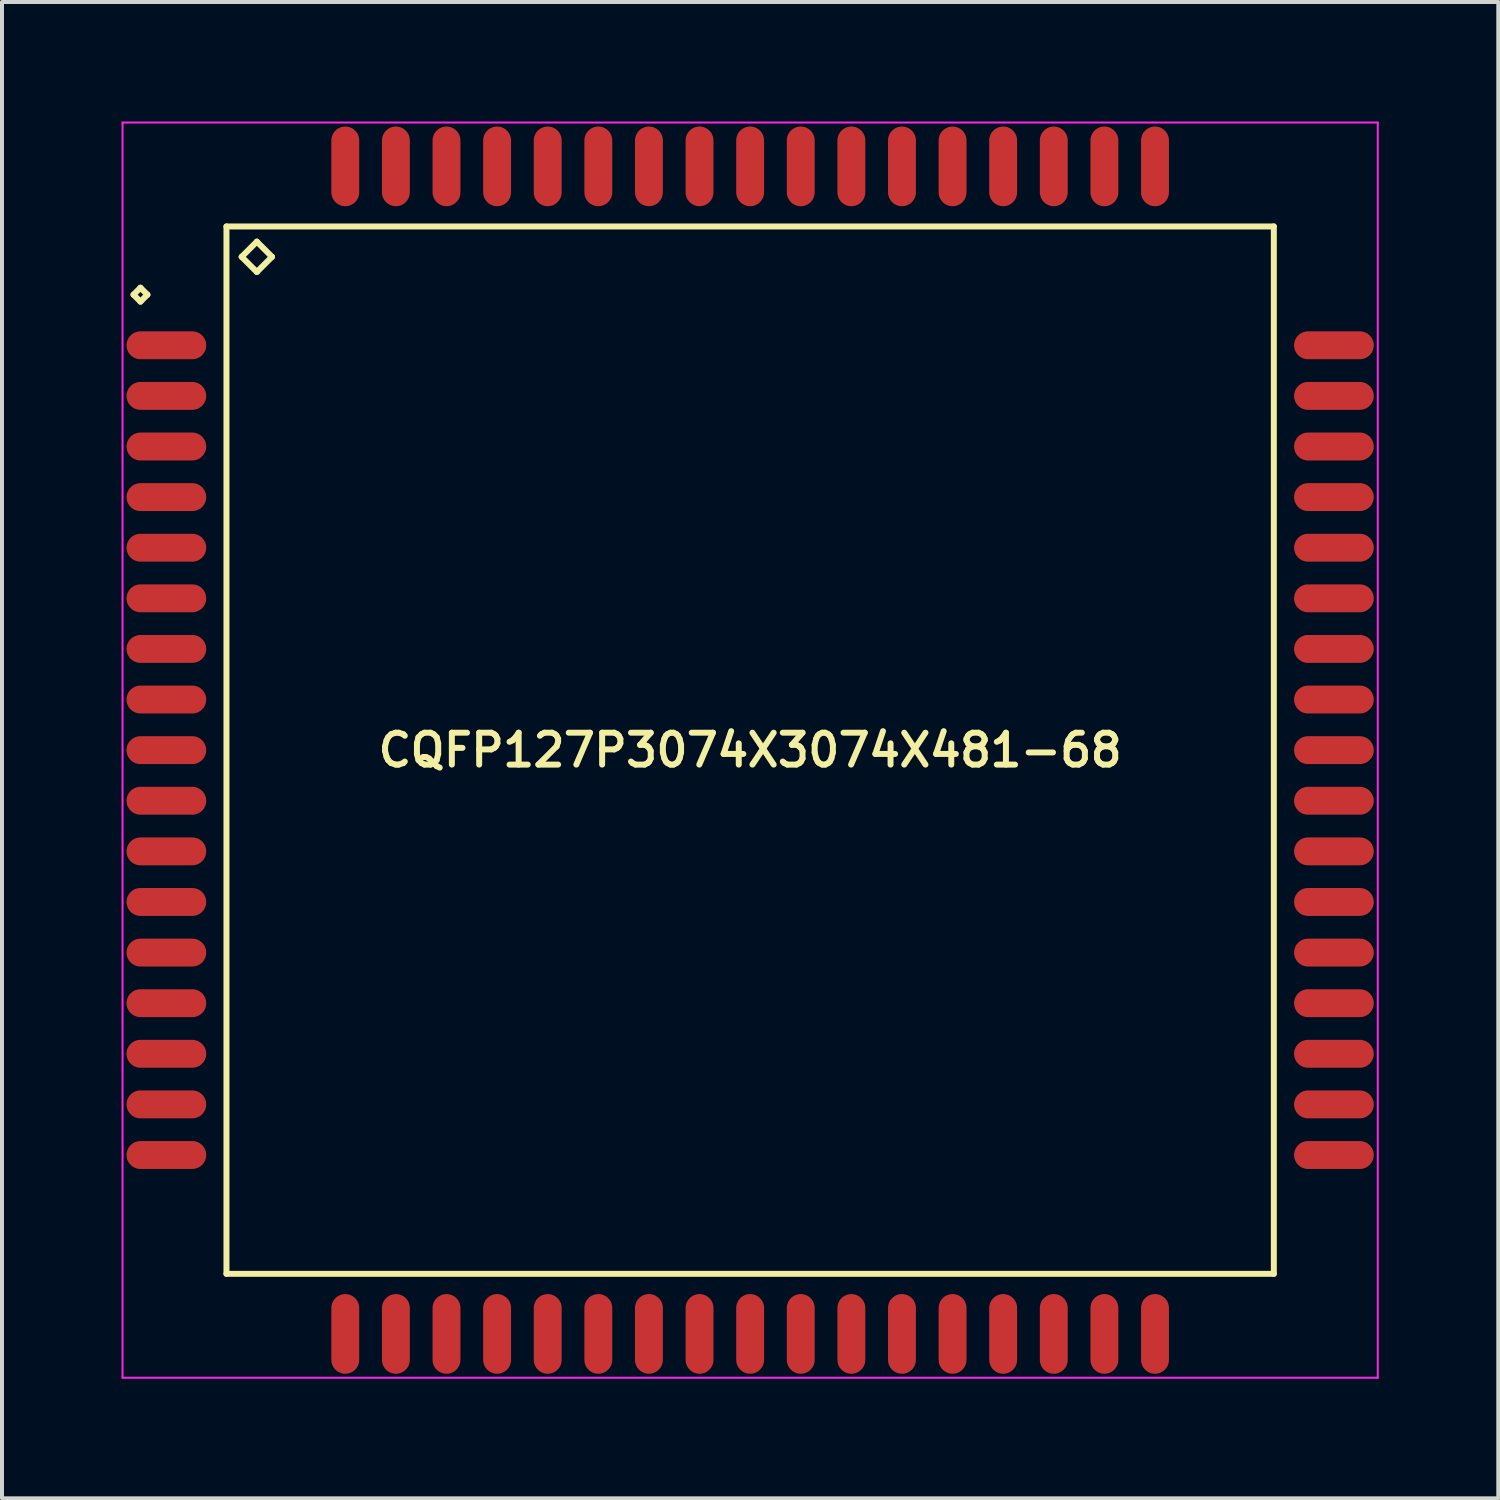
<source format=kicad_pcb>
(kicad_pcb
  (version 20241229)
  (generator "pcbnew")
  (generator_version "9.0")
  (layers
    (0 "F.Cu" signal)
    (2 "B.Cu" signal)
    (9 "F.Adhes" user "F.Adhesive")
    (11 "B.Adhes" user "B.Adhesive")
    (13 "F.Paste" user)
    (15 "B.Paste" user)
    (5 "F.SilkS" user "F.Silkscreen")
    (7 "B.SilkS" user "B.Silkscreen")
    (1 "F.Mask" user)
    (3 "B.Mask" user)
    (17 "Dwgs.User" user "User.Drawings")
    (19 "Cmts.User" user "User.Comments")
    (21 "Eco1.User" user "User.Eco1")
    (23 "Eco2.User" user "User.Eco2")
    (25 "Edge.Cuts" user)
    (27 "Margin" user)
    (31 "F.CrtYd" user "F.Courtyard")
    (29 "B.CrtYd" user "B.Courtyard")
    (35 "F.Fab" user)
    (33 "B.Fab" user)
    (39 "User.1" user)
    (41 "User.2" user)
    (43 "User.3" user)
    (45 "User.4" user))
  (footprint "CQFP127P3074X3074X481-68"
    (layer "F.Cu")
    (at 15.775 15.775)
    (property "Reference" "CQFP127P3074X3074X481-68" (at 0 0 0) (layer "F.SilkS") (effects (font (size 0.8 0.8) (thickness 0.15))))
    (attr smd)
    (fp_line (start -15.475 -11.43) (end -15.3 -11.605) (stroke (width 0.15) (type solid)) (layer "F.SilkS"))
    (fp_line (start -15.3 -11.605) (end -15.125 -11.43) (stroke (width 0.15) (type solid)) (layer "F.SilkS"))
    (fp_line (start -15.3 -11.255) (end -15.475 -11.43) (stroke (width 0.15) (type solid)) (layer "F.SilkS"))
    (fp_line (start -15.125 -11.43) (end -15.3 -11.255) (stroke (width 0.15) (type solid)) (layer "F.SilkS"))
    (fp_line (start -13.142 -13.142) (end -13.142 13.142) (stroke (width 0.15) (type solid)) (layer "F.SilkS"))
    (fp_line (start -13.142 13.142) (end 13.142 13.142) (stroke (width 0.15) (type solid)) (layer "F.SilkS"))
    (fp_line (start -12.761 -12.38) (end -12.38 -12.761) (stroke (width 0.15) (type solid)) (layer "F.SilkS"))
    (fp_line (start -12.38 -12.761) (end -11.999 -12.38) (stroke (width 0.15) (type solid)) (layer "F.SilkS"))
    (fp_line (start -12.38 -11.999) (end -12.761 -12.38) (stroke (width 0.15) (type solid)) (layer "F.SilkS"))
    (fp_line (start -11.999 -12.38) (end -12.38 -11.999) (stroke (width 0.15) (type solid)) (layer "F.SilkS"))
    (fp_line (start 13.142 -13.142) (end -13.142 -13.142) (stroke (width 0.15) (type solid)) (layer "F.SilkS"))
    (fp_line (start 13.142 13.142) (end 13.142 -13.142) (stroke (width 0.15) (type solid)) (layer "F.SilkS"))
    (fp_line (start -15.75 -15.75) (end 15.75 -15.75) (stroke (width 0.05) (type solid)) (layer "F.CrtYd"))
    (fp_line (start -15.75 15.75) (end -15.75 -15.75) (stroke (width 0.05) (type solid)) (layer "F.CrtYd"))
    (fp_line (start 15.75 -15.75) (end 15.75 15.75) (stroke (width 0.05) (type solid)) (layer "F.CrtYd"))
    (fp_line (start 15.75 15.75) (end -15.75 15.75) (stroke (width 0.05) (type solid)) (layer "F.CrtYd"))
    (pad "1" smd oval (at -14.65 -10.16) (size 2 0.7) (layers "F.Cu" "F.Mask" "F.Paste"))
    (pad "2" smd oval (at -14.65 -8.89) (size 2 0.7) (layers "F.Cu" "F.Mask" "F.Paste"))
    (pad "3" smd oval (at -14.65 -7.62) (size 2 0.7) (layers "F.Cu" "F.Mask" "F.Paste"))
    (pad "4" smd oval (at -14.65 -6.35) (size 2 0.7) (layers "F.Cu" "F.Mask" "F.Paste"))
    (pad "5" smd oval (at -14.65 -5.08) (size 2 0.7) (layers "F.Cu" "F.Mask" "F.Paste"))
    (pad "6" smd oval (at -14.65 -3.81) (size 2 0.7) (layers "F.Cu" "F.Mask" "F.Paste"))
    (pad "7" smd oval (at -14.65 -2.54) (size 2 0.7) (layers "F.Cu" "F.Mask" "F.Paste"))
    (pad "8" smd oval (at -14.65 -1.27) (size 2 0.7) (layers "F.Cu" "F.Mask" "F.Paste"))
    (pad "9" smd oval (at -14.65 0) (size 2 0.7) (layers "F.Cu" "F.Mask" "F.Paste"))
    (pad "10" smd oval (at -14.65 1.27) (size 2 0.7) (layers "F.Cu" "F.Mask" "F.Paste"))
    (pad "11" smd oval (at -14.65 2.54) (size 2 0.7) (layers "F.Cu" "F.Mask" "F.Paste"))
    (pad "12" smd oval (at -14.65 3.81) (size 2 0.7) (layers "F.Cu" "F.Mask" "F.Paste"))
    (pad "13" smd oval (at -14.65 5.08) (size 2 0.7) (layers "F.Cu" "F.Mask" "F.Paste"))
    (pad "14" smd oval (at -14.65 6.35) (size 2 0.7) (layers "F.Cu" "F.Mask" "F.Paste"))
    (pad "15" smd oval (at -14.65 7.62) (size 2 0.7) (layers "F.Cu" "F.Mask" "F.Paste"))
    (pad "16" smd oval (at -14.65 8.89) (size 2 0.7) (layers "F.Cu" "F.Mask" "F.Paste"))
    (pad "17" smd oval (at -14.65 10.16) (size 2 0.7) (layers "F.Cu" "F.Mask" "F.Paste"))
    (pad "18" smd oval (at -10.16 14.65) (size 0.7 2) (layers "F.Cu" "F.Mask" "F.Paste"))
    (pad "19" smd oval (at -8.89 14.65) (size 0.7 2) (layers "F.Cu" "F.Mask" "F.Paste"))
    (pad "20" smd oval (at -7.62 14.65) (size 0.7 2) (layers "F.Cu" "F.Mask" "F.Paste"))
    (pad "21" smd oval (at -6.35 14.65) (size 0.7 2) (layers "F.Cu" "F.Mask" "F.Paste"))
    (pad "22" smd oval (at -5.08 14.65) (size 0.7 2) (layers "F.Cu" "F.Mask" "F.Paste"))
    (pad "23" smd oval (at -3.81 14.65) (size 0.7 2) (layers "F.Cu" "F.Mask" "F.Paste"))
    (pad "24" smd oval (at -2.54 14.65) (size 0.7 2) (layers "F.Cu" "F.Mask" "F.Paste"))
    (pad "25" smd oval (at -1.27 14.65) (size 0.7 2) (layers "F.Cu" "F.Mask" "F.Paste"))
    (pad "26" smd oval (at 0 14.65) (size 0.7 2) (layers "F.Cu" "F.Mask" "F.Paste"))
    (pad "27" smd oval (at 1.27 14.65) (size 0.7 2) (layers "F.Cu" "F.Mask" "F.Paste"))
    (pad "28" smd oval (at 2.54 14.65) (size 0.7 2) (layers "F.Cu" "F.Mask" "F.Paste"))
    (pad "29" smd oval (at 3.81 14.65) (size 0.7 2) (layers "F.Cu" "F.Mask" "F.Paste"))
    (pad "30" smd oval (at 5.08 14.65) (size 0.7 2) (layers "F.Cu" "F.Mask" "F.Paste"))
    (pad "31" smd oval (at 6.35 14.65) (size 0.7 2) (layers "F.Cu" "F.Mask" "F.Paste"))
    (pad "32" smd oval (at 7.62 14.65) (size 0.7 2) (layers "F.Cu" "F.Mask" "F.Paste"))
    (pad "33" smd oval (at 8.89 14.65) (size 0.7 2) (layers "F.Cu" "F.Mask" "F.Paste"))
    (pad "34" smd oval (at 10.16 14.65) (size 0.7 2) (layers "F.Cu" "F.Mask" "F.Paste"))
    (pad "35" smd oval (at 14.65 10.16) (size 2 0.7) (layers "F.Cu" "F.Mask" "F.Paste"))
    (pad "36" smd oval (at 14.65 8.89) (size 2 0.7) (layers "F.Cu" "F.Mask" "F.Paste"))
    (pad "37" smd oval (at 14.65 7.62) (size 2 0.7) (layers "F.Cu" "F.Mask" "F.Paste"))
    (pad "38" smd oval (at 14.65 6.35) (size 2 0.7) (layers "F.Cu" "F.Mask" "F.Paste"))
    (pad "39" smd oval (at 14.65 5.08) (size 2 0.7) (layers "F.Cu" "F.Mask" "F.Paste"))
    (pad "40" smd oval (at 14.65 3.81) (size 2 0.7) (layers "F.Cu" "F.Mask" "F.Paste"))
    (pad "41" smd oval (at 14.65 2.54) (size 2 0.7) (layers "F.Cu" "F.Mask" "F.Paste"))
    (pad "42" smd oval (at 14.65 1.27) (size 2 0.7) (layers "F.Cu" "F.Mask" "F.Paste"))
    (pad "43" smd oval (at 14.65 0) (size 2 0.7) (layers "F.Cu" "F.Mask" "F.Paste"))
    (pad "44" smd oval (at 14.65 -1.27) (size 2 0.7) (layers "F.Cu" "F.Mask" "F.Paste"))
    (pad "45" smd oval (at 14.65 -2.54) (size 2 0.7) (layers "F.Cu" "F.Mask" "F.Paste"))
    (pad "46" smd oval (at 14.65 -3.81) (size 2 0.7) (layers "F.Cu" "F.Mask" "F.Paste"))
    (pad "47" smd oval (at 14.65 -5.08) (size 2 0.7) (layers "F.Cu" "F.Mask" "F.Paste"))
    (pad "48" smd oval (at 14.65 -6.35) (size 2 0.7) (layers "F.Cu" "F.Mask" "F.Paste"))
    (pad "49" smd oval (at 14.65 -7.62) (size 2 0.7) (layers "F.Cu" "F.Mask" "F.Paste"))
    (pad "50" smd oval (at 14.65 -8.89) (size 2 0.7) (layers "F.Cu" "F.Mask" "F.Paste"))
    (pad "51" smd oval (at 14.65 -10.16) (size 2 0.7) (layers "F.Cu" "F.Mask" "F.Paste"))
    (pad "52" smd oval (at 10.16 -14.65) (size 0.7 2) (layers "F.Cu" "F.Mask" "F.Paste"))
    (pad "53" smd oval (at 8.89 -14.65) (size 0.7 2) (layers "F.Cu" "F.Mask" "F.Paste"))
    (pad "54" smd oval (at 7.62 -14.65) (size 0.7 2) (layers "F.Cu" "F.Mask" "F.Paste"))
    (pad "55" smd oval (at 6.35 -14.65) (size 0.7 2) (layers "F.Cu" "F.Mask" "F.Paste"))
    (pad "56" smd oval (at 5.08 -14.65) (size 0.7 2) (layers "F.Cu" "F.Mask" "F.Paste"))
    (pad "57" smd oval (at 3.81 -14.65) (size 0.7 2) (layers "F.Cu" "F.Mask" "F.Paste"))
    (pad "58" smd oval (at 2.54 -14.65) (size 0.7 2) (layers "F.Cu" "F.Mask" "F.Paste"))
    (pad "59" smd oval (at 1.27 -14.65) (size 0.7 2) (layers "F.Cu" "F.Mask" "F.Paste"))
    (pad "60" smd oval (at 0 -14.65) (size 0.7 2) (layers "F.Cu" "F.Mask" "F.Paste"))
    (pad "61" smd oval (at -1.27 -14.65) (size 0.7 2) (layers "F.Cu" "F.Mask" "F.Paste"))
    (pad "62" smd oval (at -2.54 -14.65) (size 0.7 2) (layers "F.Cu" "F.Mask" "F.Paste"))
    (pad "63" smd oval (at -3.81 -14.65) (size 0.7 2) (layers "F.Cu" "F.Mask" "F.Paste"))
    (pad "64" smd oval (at -5.08 -14.65) (size 0.7 2) (layers "F.Cu" "F.Mask" "F.Paste"))
    (pad "65" smd oval (at -6.35 -14.65) (size 0.7 2) (layers "F.Cu" "F.Mask" "F.Paste"))
    (pad "66" smd oval (at -7.62 -14.65) (size 0.7 2) (layers "F.Cu" "F.Mask" "F.Paste"))
    (pad "67" smd oval (at -8.89 -14.65) (size 0.7 2) (layers "F.Cu" "F.Mask" "F.Paste"))
    (pad "68" smd oval (at -10.16 -14.65) (size 0.7 2) (layers "F.Cu" "F.Mask" "F.Paste")))
  (gr_rect
    (start -3 -3)
    (end 34.55 34.55)
    (stroke (width 0.1) (type default))
    (fill no)
    (layer "Edge.Cuts")))
</source>
